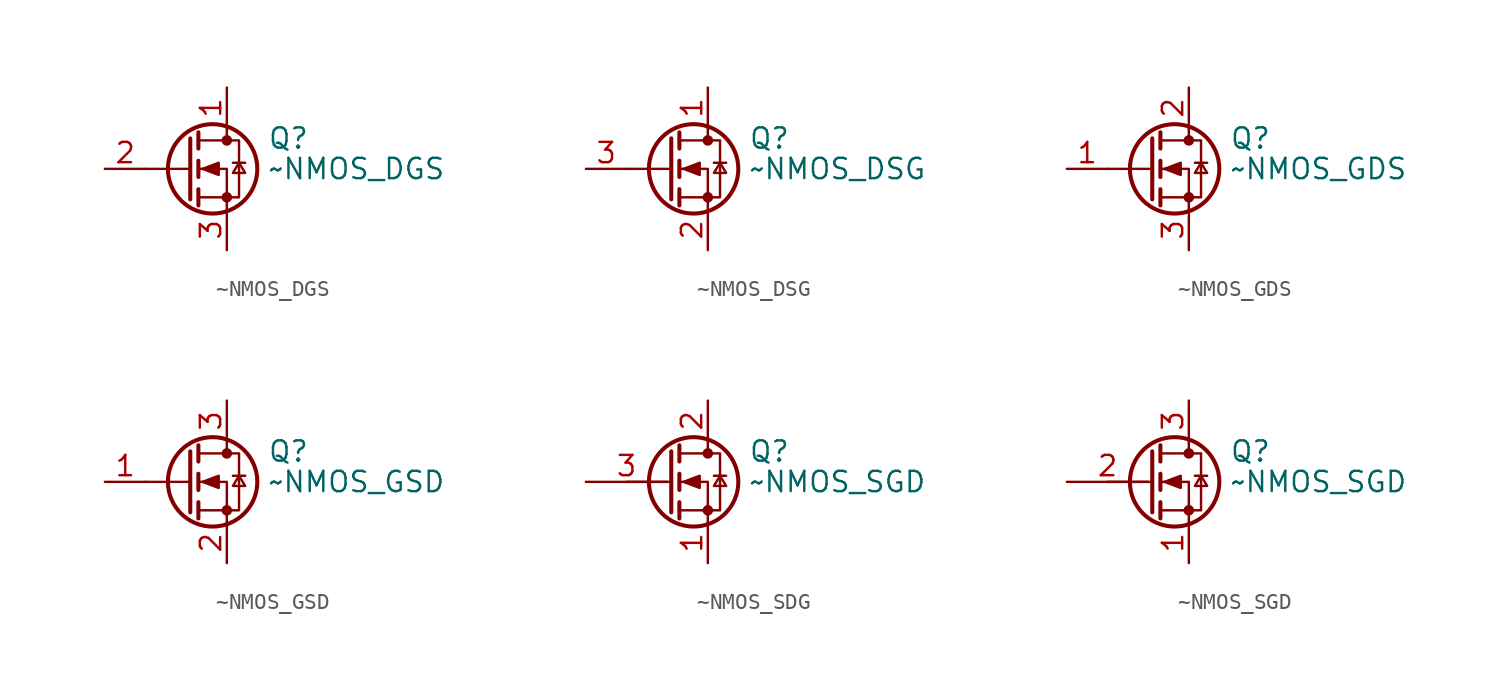
<source format=kicad_sym>
(kicad_symbol_lib
  (version 20241209)
  (generator "kicad-symlib-util")
  (generator_version "1.0.0")
  (symbol "~NMOS_DGS"
    (pin_names
      (offset 0)
      (hide yes))
    (property "Reference" "Q"
      (at 5.08 1.905 0)
      (effects (font (size 1.27 1.27)) (justify left)))
    (property "Value" "~NMOS_DGS"
      (at 5.08 0 0)
      (effects (font (size 1.27 1.27)) (justify left)))
    (symbol "~NMOS_DGS_0_1"
      (polyline (pts (xy 0.254 1.905) (xy 0.254 -1.905)) (stroke (width 0.254) (type default)) (fill (type none)))
      (polyline (pts (xy 0.254 0) (xy -2.54 0)) (stroke (width 0) (type default)) (fill (type none)))
      (polyline (pts (xy 0.762 2.286) (xy 0.762 1.27)) (stroke (width 0.254) (type default)) (fill (type none)))
      (polyline (pts (xy 0.762 0.508) (xy 0.762 -0.508)) (stroke (width 0.254) (type default)) (fill (type none)))
      (polyline (pts (xy 0.762 -1.27) (xy 0.762 -2.286)) (stroke (width 0.254) (type default)) (fill (type none)))
      (polyline (pts (xy 0.762 -1.778) (xy 3.302 -1.778) (xy 3.302 1.778) (xy 0.762 1.778)) (stroke (width 0) (type default)) (fill (type none)))
      (polyline (pts (xy 1.016 0) (xy 2.032 0.381) (xy 2.032 -0.381) (xy 1.016 0)) (stroke (width 0) (type default)) (fill (type outline)))
      (circle (center 1.651 0) (radius 2.794) (stroke (width 0.254) (type default)) (fill (type none)))
      (polyline (pts (xy 2.54 2.54) (xy 2.54 1.778)) (stroke (width 0) (type default)) (fill (type none)))
      (circle (center 2.54 1.778) (radius 0.254) (stroke (width 0) (type default)) (fill (type outline)))
      (circle (center 2.54 -1.778) (radius 0.254) (stroke (width 0) (type default)) (fill (type outline)))
      (polyline (pts (xy 2.54 -2.54) (xy 2.54 0) (xy 0.762 0)) (stroke (width 0) (type default)) (fill (type none)))
      (polyline (pts (xy 2.921 0.381) (xy 3.683 0.381)) (stroke (width 0) (type default)) (fill (type none)))
      (polyline (pts (xy 3.302 0.381) (xy 2.921 -0.254) (xy 3.683 -0.254) (xy 3.302 0.381)) (stroke (width 0) (type default)) (fill (type none))))
    (symbol "~NMOS_DGS_1_1"
      (pin input line (at -5.08 0 0) (length 2.54) (name "G" (effects (font (size 1.27 1.27)))) (number "2" (effects (font (size 1.27 1.27)))))
      (pin passive line (at 2.54 5.08 270) (length 2.54) (name "D" (effects (font (size 1.27 1.27)))) (number "1" (effects (font (size 1.27 1.27)))))
      (pin passive line (at 2.54 -5.08 90) (length 2.54) (name "S" (effects (font (size 1.27 1.27)))) (number "3" (effects (font (size 1.27 1.27)))))))
  (symbol "~NMOS_DSG"
    (pin_names
      (offset 0)
      (hide yes))
    (property "Reference" "Q"
      (at 5.08 1.905 0)
      (effects (font (size 1.27 1.27)) (justify left)))
    (property "Value" "~NMOS_DSG"
      (at 5.08 0 0)
      (effects (font (size 1.27 1.27)) (justify left)))
    (symbol "~NMOS_DSG_0_1"
      (polyline (pts (xy 0.254 1.905) (xy 0.254 -1.905)) (stroke (width 0.254) (type default)) (fill (type none)))
      (polyline (pts (xy 0.254 0) (xy -2.54 0)) (stroke (width 0) (type default)) (fill (type none)))
      (polyline (pts (xy 0.762 2.286) (xy 0.762 1.27)) (stroke (width 0.254) (type default)) (fill (type none)))
      (polyline (pts (xy 0.762 0.508) (xy 0.762 -0.508)) (stroke (width 0.254) (type default)) (fill (type none)))
      (polyline (pts (xy 0.762 -1.27) (xy 0.762 -2.286)) (stroke (width 0.254) (type default)) (fill (type none)))
      (polyline (pts (xy 0.762 -1.778) (xy 3.302 -1.778) (xy 3.302 1.778) (xy 0.762 1.778)) (stroke (width 0) (type default)) (fill (type none)))
      (polyline (pts (xy 1.016 0) (xy 2.032 0.381) (xy 2.032 -0.381) (xy 1.016 0)) (stroke (width 0) (type default)) (fill (type outline)))
      (circle (center 1.651 0) (radius 2.794) (stroke (width 0.254) (type default)) (fill (type none)))
      (polyline (pts (xy 2.54 2.54) (xy 2.54 1.778)) (stroke (width 0) (type default)) (fill (type none)))
      (circle (center 2.54 1.778) (radius 0.254) (stroke (width 0) (type default)) (fill (type outline)))
      (circle (center 2.54 -1.778) (radius 0.254) (stroke (width 0) (type default)) (fill (type outline)))
      (polyline (pts (xy 2.54 -2.54) (xy 2.54 0) (xy 0.762 0)) (stroke (width 0) (type default)) (fill (type none)))
      (polyline (pts (xy 2.921 0.381) (xy 3.683 0.381)) (stroke (width 0) (type default)) (fill (type none)))
      (polyline (pts (xy 3.302 0.381) (xy 2.921 -0.254) (xy 3.683 -0.254) (xy 3.302 0.381)) (stroke (width 0) (type default)) (fill (type none))))
    (symbol "~NMOS_DSG_1_1"
      (pin input line (at -5.08 0 0) (length 2.54) (name "G" (effects (font (size 1.27 1.27)))) (number "3" (effects (font (size 1.27 1.27)))))
      (pin passive line (at 2.54 5.08 270) (length 2.54) (name "D" (effects (font (size 1.27 1.27)))) (number "1" (effects (font (size 1.27 1.27)))))
      (pin passive line (at 2.54 -5.08 90) (length 2.54) (name "S" (effects (font (size 1.27 1.27)))) (number "2" (effects (font (size 1.27 1.27)))))))
  (symbol "~NMOS_GDS"
    (pin_names
      (offset 0)
      (hide yes))
    (property "Reference" "Q"
      (at 5.08 1.905 0)
      (effects (font (size 1.27 1.27)) (justify left)))
    (property "Value" "~NMOS_GDS"
      (at 5.08 0 0)
      (effects (font (size 1.27 1.27)) (justify left)))
    (symbol "~NMOS_GDS_0_1"
      (polyline (pts (xy 0.254 1.905) (xy 0.254 -1.905)) (stroke (width 0.254) (type default)) (fill (type none)))
      (polyline (pts (xy 0.254 0) (xy -2.54 0)) (stroke (width 0) (type default)) (fill (type none)))
      (polyline (pts (xy 0.762 2.286) (xy 0.762 1.27)) (stroke (width 0.254) (type default)) (fill (type none)))
      (polyline (pts (xy 0.762 0.508) (xy 0.762 -0.508)) (stroke (width 0.254) (type default)) (fill (type none)))
      (polyline (pts (xy 0.762 -1.27) (xy 0.762 -2.286)) (stroke (width 0.254) (type default)) (fill (type none)))
      (polyline (pts (xy 0.762 -1.778) (xy 3.302 -1.778) (xy 3.302 1.778) (xy 0.762 1.778)) (stroke (width 0) (type default)) (fill (type none)))
      (polyline (pts (xy 1.016 0) (xy 2.032 0.381) (xy 2.032 -0.381) (xy 1.016 0)) (stroke (width 0) (type default)) (fill (type outline)))
      (circle (center 1.651 0) (radius 2.794) (stroke (width 0.254) (type default)) (fill (type none)))
      (polyline (pts (xy 2.54 2.54) (xy 2.54 1.778)) (stroke (width 0) (type default)) (fill (type none)))
      (circle (center 2.54 1.778) (radius 0.254) (stroke (width 0) (type default)) (fill (type outline)))
      (circle (center 2.54 -1.778) (radius 0.254) (stroke (width 0) (type default)) (fill (type outline)))
      (polyline (pts (xy 2.54 -2.54) (xy 2.54 0) (xy 0.762 0)) (stroke (width 0) (type default)) (fill (type none)))
      (polyline (pts (xy 2.921 0.381) (xy 3.683 0.381)) (stroke (width 0) (type default)) (fill (type none)))
      (polyline (pts (xy 3.302 0.381) (xy 2.921 -0.254) (xy 3.683 -0.254) (xy 3.302 0.381)) (stroke (width 0) (type default)) (fill (type none))))
    (symbol "~NMOS_GDS_1_1"
      (pin input line (at -5.08 0 0) (length 2.54) (name "G" (effects (font (size 1.27 1.27)))) (number "1" (effects (font (size 1.27 1.27)))))
      (pin passive line (at 2.54 5.08 270) (length 2.54) (name "D" (effects (font (size 1.27 1.27)))) (number "2" (effects (font (size 1.27 1.27)))))
      (pin passive line (at 2.54 -5.08 90) (length 2.54) (name "S" (effects (font (size 1.27 1.27)))) (number "3" (effects (font (size 1.27 1.27)))))))
  (symbol "~NMOS_GSD"
    (pin_names
      (offset 0)
      (hide yes))
    (property "Reference" "Q"
      (at 5.08 1.905 0)
      (effects (font (size 1.27 1.27)) (justify left)))
    (property "Value" "~NMOS_GSD"
      (at 5.08 0 0)
      (effects (font (size 1.27 1.27)) (justify left)))
    (symbol "~NMOS_GSD_0_1"
      (polyline (pts (xy 0.254 1.905) (xy 0.254 -1.905)) (stroke (width 0.254) (type default)) (fill (type none)))
      (polyline (pts (xy 0.254 0) (xy -2.54 0)) (stroke (width 0) (type default)) (fill (type none)))
      (polyline (pts (xy 0.762 2.286) (xy 0.762 1.27)) (stroke (width 0.254) (type default)) (fill (type none)))
      (polyline (pts (xy 0.762 0.508) (xy 0.762 -0.508)) (stroke (width 0.254) (type default)) (fill (type none)))
      (polyline (pts (xy 0.762 -1.27) (xy 0.762 -2.286)) (stroke (width 0.254) (type default)) (fill (type none)))
      (polyline (pts (xy 0.762 -1.778) (xy 3.302 -1.778) (xy 3.302 1.778) (xy 0.762 1.778)) (stroke (width 0) (type default)) (fill (type none)))
      (polyline (pts (xy 1.016 0) (xy 2.032 0.381) (xy 2.032 -0.381) (xy 1.016 0)) (stroke (width 0) (type default)) (fill (type outline)))
      (circle (center 1.651 0) (radius 2.794) (stroke (width 0.254) (type default)) (fill (type none)))
      (polyline (pts (xy 2.54 2.54) (xy 2.54 1.778)) (stroke (width 0) (type default)) (fill (type none)))
      (circle (center 2.54 1.778) (radius 0.254) (stroke (width 0) (type default)) (fill (type outline)))
      (circle (center 2.54 -1.778) (radius 0.254) (stroke (width 0) (type default)) (fill (type outline)))
      (polyline (pts (xy 2.54 -2.54) (xy 2.54 0) (xy 0.762 0)) (stroke (width 0) (type default)) (fill (type none)))
      (polyline (pts (xy 2.921 0.381) (xy 3.683 0.381)) (stroke (width 0) (type default)) (fill (type none)))
      (polyline (pts (xy 3.302 0.381) (xy 2.921 -0.254) (xy 3.683 -0.254) (xy 3.302 0.381)) (stroke (width 0) (type default)) (fill (type none))))
    (symbol "~NMOS_GSD_1_1"
      (pin input line (at -5.08 0 0) (length 2.54) (name "G" (effects (font (size 1.27 1.27)))) (number "1" (effects (font (size 1.27 1.27)))))
      (pin passive line (at 2.54 5.08 270) (length 2.54) (name "D" (effects (font (size 1.27 1.27)))) (number "3" (effects (font (size 1.27 1.27)))))
      (pin passive line (at 2.54 -5.08 90) (length 2.54) (name "S" (effects (font (size 1.27 1.27)))) (number "2" (effects (font (size 1.27 1.27)))))))
  (symbol "~NMOS_SDG"
    (pin_names
      (offset 0)
      (hide yes))
    (property "Reference" "Q"
      (at 5.08 1.905 0)
      (effects (font (size 1.27 1.27)) (justify left)))
    (property "Value" "~NMOS_SGD"
      (at 5.08 0 0)
      (effects (font (size 1.27 1.27)) (justify left)))
    (symbol "~NMOS_SDG_0_1"
      (polyline (pts (xy 0.254 1.905) (xy 0.254 -1.905)) (stroke (width 0.254) (type default)) (fill (type none)))
      (polyline (pts (xy 0.254 0) (xy -2.54 0)) (stroke (width 0) (type default)) (fill (type none)))
      (polyline (pts (xy 0.762 2.286) (xy 0.762 1.27)) (stroke (width 0.254) (type default)) (fill (type none)))
      (polyline (pts (xy 0.762 0.508) (xy 0.762 -0.508)) (stroke (width 0.254) (type default)) (fill (type none)))
      (polyline (pts (xy 0.762 -1.27) (xy 0.762 -2.286)) (stroke (width 0.254) (type default)) (fill (type none)))
      (polyline (pts (xy 0.762 -1.778) (xy 3.302 -1.778) (xy 3.302 1.778) (xy 0.762 1.778)) (stroke (width 0) (type default)) (fill (type none)))
      (polyline (pts (xy 1.016 0) (xy 2.032 0.381) (xy 2.032 -0.381) (xy 1.016 0)) (stroke (width 0) (type default)) (fill (type outline)))
      (circle (center 1.651 0) (radius 2.794) (stroke (width 0.254) (type default)) (fill (type none)))
      (polyline (pts (xy 2.54 2.54) (xy 2.54 1.778)) (stroke (width 0) (type default)) (fill (type none)))
      (circle (center 2.54 1.778) (radius 0.254) (stroke (width 0) (type default)) (fill (type outline)))
      (circle (center 2.54 -1.778) (radius 0.254) (stroke (width 0) (type default)) (fill (type outline)))
      (polyline (pts (xy 2.54 -2.54) (xy 2.54 0) (xy 0.762 0)) (stroke (width 0) (type default)) (fill (type none)))
      (polyline (pts (xy 2.921 0.381) (xy 3.683 0.381)) (stroke (width 0) (type default)) (fill (type none)))
      (polyline (pts (xy 3.302 0.381) (xy 2.921 -0.254) (xy 3.683 -0.254) (xy 3.302 0.381)) (stroke (width 0) (type default)) (fill (type none))))
    (symbol "~NMOS_SDG_1_1"
      (pin input line (at -5.08 0 0) (length 5.08) (name "G" (effects (font (size 1.27 1.27)))) (number "3" (effects (font (size 1.27 1.27)))))
      (pin passive line (at 2.54 5.08 270) (length 2.54) (name "D" (effects (font (size 1.27 1.27)))) (number "2" (effects (font (size 1.27 1.27)))))
      (pin passive line (at 2.54 -5.08 90) (length 2.54) (name "S" (effects (font (size 1.27 1.27)))) (number "1" (effects (font (size 1.27 1.27)))))))
  (symbol "~NMOS_SGD"
    (pin_names
      (offset 0)
      (hide yes))
    (property "Reference" "Q"
      (at 5.08 1.905 0)
      (effects (font (size 1.27 1.27)) (justify left)))
    (property "Value" "~NMOS_SGD"
      (at 5.08 0 0)
      (effects (font (size 1.27 1.27)) (justify left)))
    (symbol "~NMOS_SGD_0_1"
      (polyline (pts (xy 0.254 1.905) (xy 0.254 -1.905)) (stroke (width 0.254) (type default)) (fill (type none)))
      (polyline (pts (xy 0.254 0) (xy -2.54 0)) (stroke (width 0) (type default)) (fill (type none)))
      (polyline (pts (xy 0.762 2.286) (xy 0.762 1.27)) (stroke (width 0.254) (type default)) (fill (type none)))
      (polyline (pts (xy 0.762 0.508) (xy 0.762 -0.508)) (stroke (width 0.254) (type default)) (fill (type none)))
      (polyline (pts (xy 0.762 -1.27) (xy 0.762 -2.286)) (stroke (width 0.254) (type default)) (fill (type none)))
      (polyline (pts (xy 0.762 -1.778) (xy 3.302 -1.778) (xy 3.302 1.778) (xy 0.762 1.778)) (stroke (width 0) (type default)) (fill (type none)))
      (polyline (pts (xy 1.016 0) (xy 2.032 0.381) (xy 2.032 -0.381) (xy 1.016 0)) (stroke (width 0) (type default)) (fill (type outline)))
      (circle (center 1.651 0) (radius 2.794) (stroke (width 0.254) (type default)) (fill (type none)))
      (polyline (pts (xy 2.54 2.54) (xy 2.54 1.778)) (stroke (width 0) (type default)) (fill (type none)))
      (circle (center 2.54 1.778) (radius 0.254) (stroke (width 0) (type default)) (fill (type outline)))
      (circle (center 2.54 -1.778) (radius 0.254) (stroke (width 0) (type default)) (fill (type outline)))
      (polyline (pts (xy 2.54 -2.54) (xy 2.54 0) (xy 0.762 0)) (stroke (width 0) (type default)) (fill (type none)))
      (polyline (pts (xy 2.921 0.381) (xy 3.683 0.381)) (stroke (width 0) (type default)) (fill (type none)))
      (polyline (pts (xy 3.302 0.381) (xy 2.921 -0.254) (xy 3.683 -0.254) (xy 3.302 0.381)) (stroke (width 0) (type default)) (fill (type none))))
    (symbol "~NMOS_SGD_1_1"
      (pin input line (at -5.08 0 0) (length 5.08) (name "G" (effects (font (size 1.27 1.27)))) (number "2" (effects (font (size 1.27 1.27)))))
      (pin passive line (at 2.54 5.08 270) (length 2.54) (name "D" (effects (font (size 1.27 1.27)))) (number "3" (effects (font (size 1.27 1.27)))))
      (pin passive line (at 2.54 -5.08 90) (length 2.54) (name "S" (effects (font (size 1.27 1.27)))) (number "1" (effects (font (size 1.27 1.27))))))))
</source>
